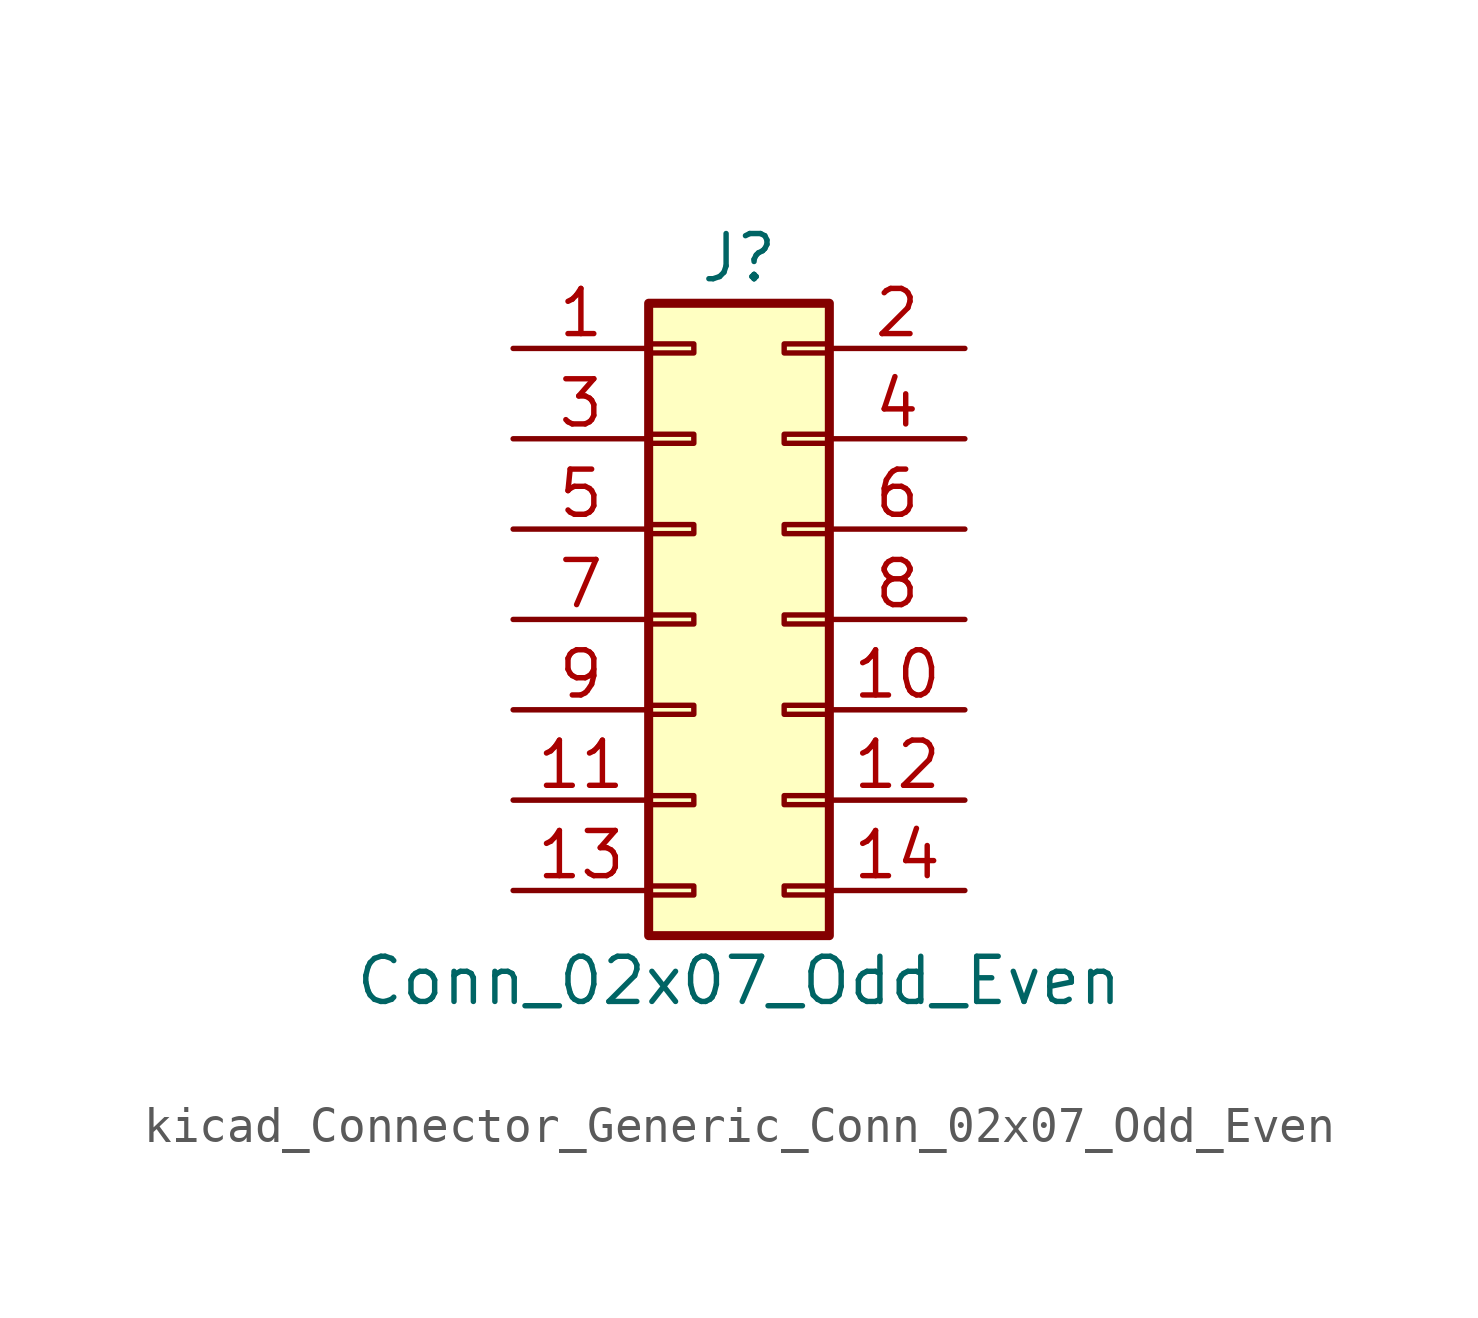
<source format=kicad_sym>
(kicad_symbol_lib
  (version 20220914)
  (generator kicad_symbol_editor)
  (symbol "kicad_Connector_Generic_Conn_02x07_Odd_Even"
    (pin_names
      (offset 1.016) hide)
    (property "Reference" "J"
      (at 1.27 10.16 0)
      (effects (font (size 1.27 1.27))))
    (property "Value" "Conn_02x07_Odd_Even"
      (at 1.27 -10.16 0)
      (effects (font (size 1.27 1.27))))
    (symbol "kicad_Connector_Generic_Conn_02x07_Odd_Even_1_1"
      (rectangle (start -1.27 -7.493) (end 0 -7.747) (stroke (width 0.152) (type default)) (fill (type none)))
      (rectangle (start -1.27 -4.953) (end 0 -5.207) (stroke (width 0.152) (type default)) (fill (type none)))
      (rectangle (start -1.27 -2.413) (end 0 -2.667) (stroke (width 0.152) (type default)) (fill (type none)))
      (rectangle (start -1.27 0.127) (end 0 -0.127) (stroke (width 0.152) (type default)) (fill (type none)))
      (rectangle (start -1.27 2.667) (end 0 2.413) (stroke (width 0.152) (type default)) (fill (type none)))
      (rectangle (start -1.27 5.207) (end 0 4.953) (stroke (width 0.152) (type default)) (fill (type none)))
      (rectangle (start -1.27 7.747) (end 0 7.493) (stroke (width 0.152) (type default)) (fill (type none)))
      (rectangle (start -1.27 8.89) (end 3.81 -8.89) (stroke (width 0.254) (type default)) (fill (type background)))
      (rectangle (start 3.81 -7.493) (end 2.54 -7.747) (stroke (width 0.152) (type default)) (fill (type none)))
      (rectangle (start 3.81 -4.953) (end 2.54 -5.207) (stroke (width 0.152) (type default)) (fill (type none)))
      (rectangle (start 3.81 -2.413) (end 2.54 -2.667) (stroke (width 0.152) (type default)) (fill (type none)))
      (rectangle (start 3.81 0.127) (end 2.54 -0.127) (stroke (width 0.152) (type default)) (fill (type none)))
      (rectangle (start 3.81 2.667) (end 2.54 2.413) (stroke (width 0.152) (type default)) (fill (type none)))
      (rectangle (start 3.81 5.207) (end 2.54 4.953) (stroke (width 0.152) (type default)) (fill (type none)))
      (rectangle (start 3.81 7.747) (end 2.54 7.493) (stroke (width 0.152) (type default)) (fill (type none)))
      (pin passive line (at -5.08 7.62 0) (length 3.81) (name "Pin_1" (effects (font (size 1.27 1.27)))) (number "1" (effects (font (size 1.27 1.27)))))
      (pin passive line (at 7.62 -2.54 180) (length 3.81) (name "Pin_10" (effects (font (size 1.27 1.27)))) (number "10" (effects (font (size 1.27 1.27)))))
      (pin passive line (at -5.08 -5.08 0) (length 3.81) (name "Pin_11" (effects (font (size 1.27 1.27)))) (number "11" (effects (font (size 1.27 1.27)))))
      (pin passive line (at 7.62 -5.08 180) (length 3.81) (name "Pin_12" (effects (font (size 1.27 1.27)))) (number "12" (effects (font (size 1.27 1.27)))))
      (pin passive line (at -5.08 -7.62 0) (length 3.81) (name "Pin_13" (effects (font (size 1.27 1.27)))) (number "13" (effects (font (size 1.27 1.27)))))
      (pin passive line (at 7.62 -7.62 180) (length 3.81) (name "Pin_14" (effects (font (size 1.27 1.27)))) (number "14" (effects (font (size 1.27 1.27)))))
      (pin passive line (at 7.62 7.62 180) (length 3.81) (name "Pin_2" (effects (font (size 1.27 1.27)))) (number "2" (effects (font (size 1.27 1.27)))))
      (pin passive line (at -5.08 5.08 0) (length 3.81) (name "Pin_3" (effects (font (size 1.27 1.27)))) (number "3" (effects (font (size 1.27 1.27)))))
      (pin passive line (at 7.62 5.08 180) (length 3.81) (name "Pin_4" (effects (font (size 1.27 1.27)))) (number "4" (effects (font (size 1.27 1.27)))))
      (pin passive line (at -5.08 2.54 0) (length 3.81) (name "Pin_5" (effects (font (size 1.27 1.27)))) (number "5" (effects (font (size 1.27 1.27)))))
      (pin passive line (at 7.62 2.54 180) (length 3.81) (name "Pin_6" (effects (font (size 1.27 1.27)))) (number "6" (effects (font (size 1.27 1.27)))))
      (pin passive line (at -5.08 0 0) (length 3.81) (name "Pin_7" (effects (font (size 1.27 1.27)))) (number "7" (effects (font (size 1.27 1.27)))))
      (pin passive line (at 7.62 0 180) (length 3.81) (name "Pin_8" (effects (font (size 1.27 1.27)))) (number "8" (effects (font (size 1.27 1.27)))))
      (pin passive line (at -5.08 -2.54 0) (length 3.81) (name "Pin_9" (effects (font (size 1.27 1.27)))) (number "9" (effects (font (size 1.27 1.27))))))))
</source>
